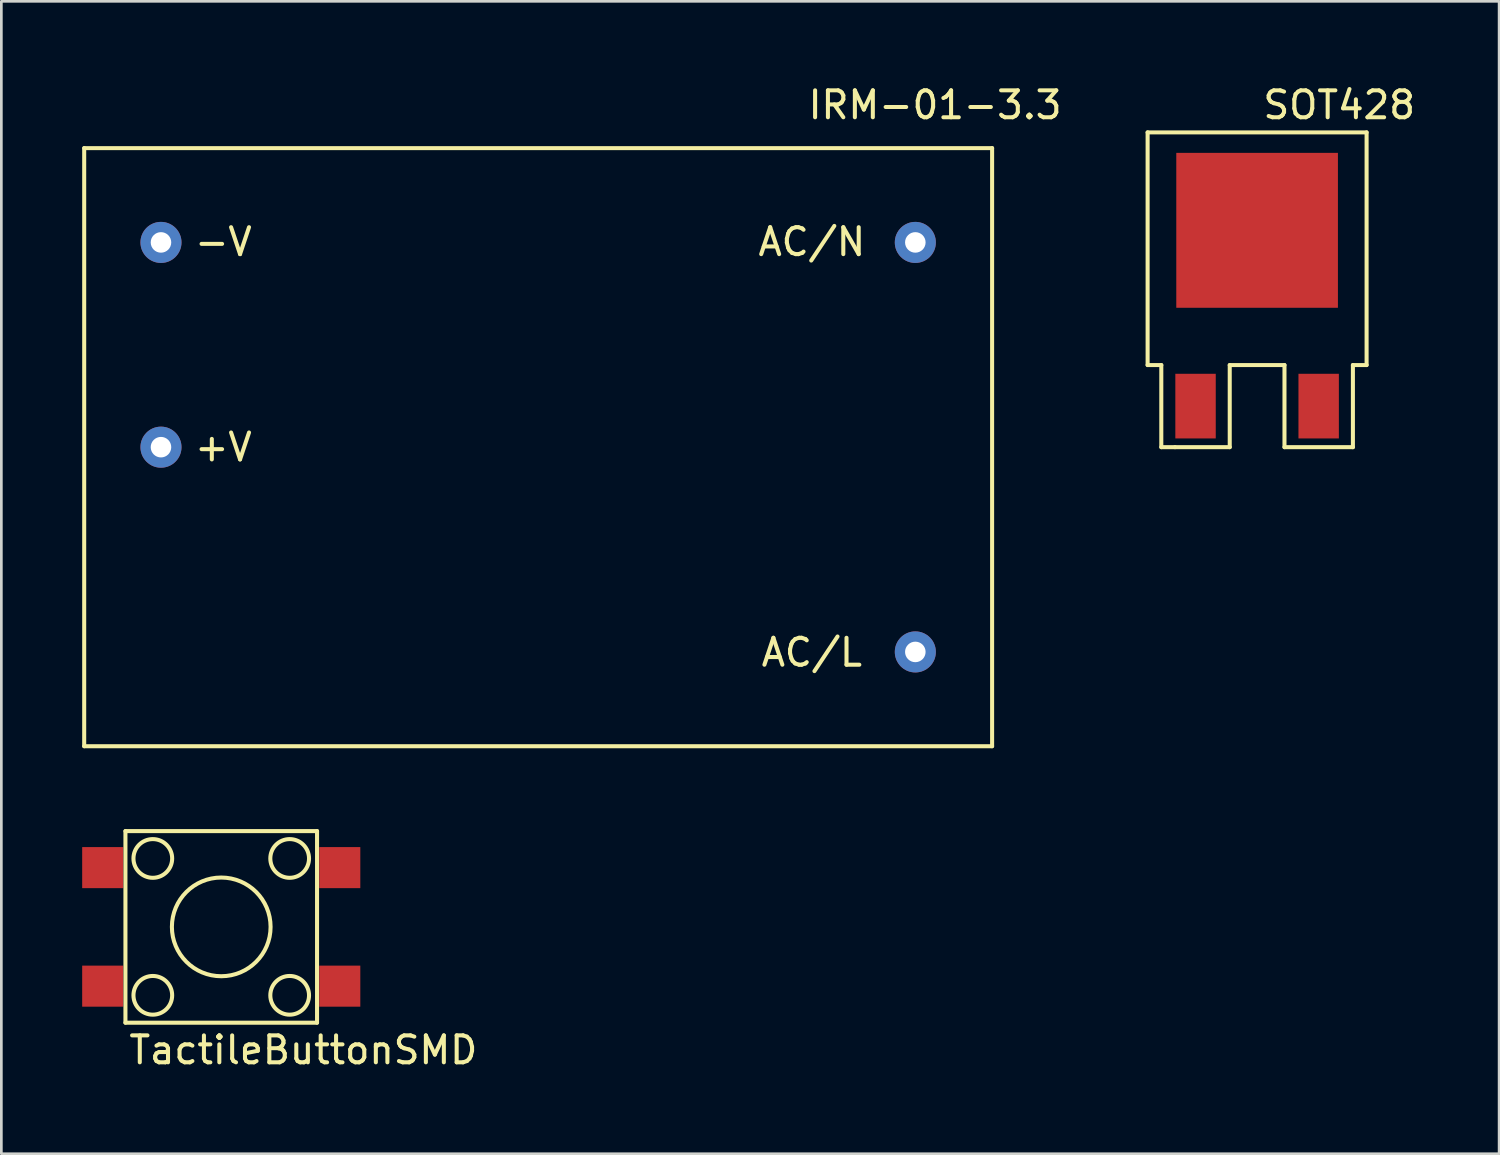
<source format=kicad_pcb>
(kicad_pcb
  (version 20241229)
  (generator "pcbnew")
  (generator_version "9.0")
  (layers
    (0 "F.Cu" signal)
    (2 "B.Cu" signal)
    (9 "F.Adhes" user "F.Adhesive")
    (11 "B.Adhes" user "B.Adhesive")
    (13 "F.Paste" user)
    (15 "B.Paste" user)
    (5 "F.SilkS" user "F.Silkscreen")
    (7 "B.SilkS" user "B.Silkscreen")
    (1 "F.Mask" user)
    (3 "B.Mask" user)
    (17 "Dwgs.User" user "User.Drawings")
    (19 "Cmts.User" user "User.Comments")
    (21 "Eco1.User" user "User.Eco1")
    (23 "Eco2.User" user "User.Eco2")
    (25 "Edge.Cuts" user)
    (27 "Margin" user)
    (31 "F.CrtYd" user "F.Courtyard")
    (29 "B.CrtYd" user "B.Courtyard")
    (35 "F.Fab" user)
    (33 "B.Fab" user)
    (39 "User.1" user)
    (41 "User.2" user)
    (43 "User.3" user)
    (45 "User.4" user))
  (footprint "SOT428"
    (layer "F.Cu")
    (at 43.611 12.024)
    (property "Reference" "SOT428" (at 3.048 -11.176 0) (layer "F.SilkS") (effects (font (size 1 1) (thickness 0.15))))
    (attr through_hole)
    (fp_line (start -4.064 -10.16) (end -4.064 -1.524) (stroke (width 0.15) (type solid)) (layer "F.SilkS"))
    (fp_line (start -4.064 -1.524) (end -3.556 -1.524) (stroke (width 0.15) (type solid)) (layer "F.SilkS"))
    (fp_line (start -3.556 -1.524) (end -3.556 1.524) (stroke (width 0.15) (type solid)) (layer "F.SilkS"))
    (fp_line (start -3.556 1.524) (end -3.048 1.524) (stroke (width 0.15) (type solid)) (layer "F.SilkS"))
    (fp_line (start -3.048 1.524) (end -1.016 1.524) (stroke (width 0.15) (type solid)) (layer "F.SilkS"))
    (fp_line (start -1.016 -1.524) (end 1.016 -1.524) (stroke (width 0.15) (type solid)) (layer "F.SilkS"))
    (fp_line (start -1.016 1.524) (end -1.016 -1.524) (stroke (width 0.15) (type solid)) (layer "F.SilkS"))
    (fp_line (start 1.016 -1.524) (end 1.016 1.524) (stroke (width 0.15) (type solid)) (layer "F.SilkS"))
    (fp_line (start 1.016 1.524) (end 3.556 1.524) (stroke (width 0.15) (type solid)) (layer "F.SilkS"))
    (fp_line (start 3.556 -1.524) (end 4.064 -1.524) (stroke (width 0.15) (type solid)) (layer "F.SilkS"))
    (fp_line (start 3.556 1.524) (end 3.556 -1.524) (stroke (width 0.15) (type solid)) (layer "F.SilkS"))
    (fp_line (start 4.064 -10.16) (end -4.064 -10.16) (stroke (width 0.15) (type solid)) (layer "F.SilkS"))
    (fp_line (start 4.064 -1.524) (end 4.064 -10.16) (stroke (width 0.15) (type solid)) (layer "F.SilkS"))
    (pad "1" smd rect (at -2.285 0) (size 1.5 2.4) (layers "F.Cu" "F.Mask" "F.Paste"))
    (pad "2" smd rect (at 0 -6.525) (size 6 5.75) (layers "F.Cu" "F.Mask" "F.Paste"))
    (pad "3" smd rect (at 2.285 0) (size 1.5 2.4) (layers "F.Cu" "F.Mask" "F.Paste")))
  (footprint "TactileButtonSMD"
    (layer "F.Cu")
    (at 5.162 31.354)
    (property "Reference" "TactileButtonSMD" (at 3.048 4.572 0) (layer "F.SilkS") (effects (font (size 1 1) (thickness 0.15))))
    (attr through_hole)
    (fp_line (start -3.556 -3.556) (end 3.556 -3.556) (stroke (width 0.15) (type solid)) (layer "F.SilkS"))
    (fp_line (start -3.556 3.556) (end -3.556 -3.556) (stroke (width 0.15) (type solid)) (layer "F.SilkS"))
    (fp_line (start 3.556 -3.556) (end 3.556 3.556) (stroke (width 0.15) (type solid)) (layer "F.SilkS"))
    (fp_line (start 3.556 3.556) (end -3.556 3.556) (stroke (width 0.15) (type solid)) (layer "F.SilkS"))
    (fp_circle (center -2.54 -2.54) (end -2.032 -2.032) (stroke (width 0.15) (type solid)) (fill no) (layer "F.SilkS"))
    (fp_circle (center -2.54 2.54) (end -2.032 2.032) (stroke (width 0.15) (type solid)) (fill no) (layer "F.SilkS"))
    (fp_circle (center 0 0) (end 1.524 -1.016) (stroke (width 0.15) (type solid)) (fill no) (layer "F.SilkS"))
    (fp_circle (center 2.54 -2.54) (end 3.048 -3.048) (stroke (width 0.15) (type solid)) (fill no) (layer "F.SilkS"))
    (fp_circle (center 2.54 2.54) (end 2.032 2.032) (stroke (width 0.15) (type solid)) (fill no) (layer "F.SilkS"))
    (pad "1" smd rect (at -4.4 2.2) (size 1.524 1.524) (layers "F.Cu" "F.Mask" "F.Paste"))
    (pad "2" smd rect (at 4.4 2.2) (size 1.524 1.524) (layers "F.Cu" "F.Mask" "F.Paste"))
    (pad "3" smd rect (at -4.4 -2.2) (size 1.524 1.524) (layers "F.Cu" "F.Mask" "F.Paste"))
    (pad "4" smd rect (at 4.4 -2.2) (size 1.524 1.524) (layers "F.Cu" "F.Mask" "F.Paste")))
  (footprint "IRM-01-3.3"
    (layer "F.Cu")
    (at 16.925 13.548)
    (property "Reference" "IRM-01-3.3" (at 14.732 -12.7 0) (layer "F.SilkS") (effects (font (size 1 1) (thickness 0.15))))
    (attr through_hole)
    (fp_line (start -16.85 11.1) (end -16.85 -11.1) (stroke (width 0.15) (type solid)) (layer "F.SilkS"))
    (fp_line (start 16.85 -11.1) (end -16.85 -11.1) (stroke (width 0.15) (type solid)) (layer "F.SilkS"))
    (fp_line (start 16.85 -11.1) (end 16.85 11.1) (stroke (width 0.15) (type solid)) (layer "F.SilkS"))
    (fp_line (start 16.85 11.1) (end -16.85 11.1) (stroke (width 0.15) (type solid)) (layer "F.SilkS"))
    (fp_text user "AC/L" (at 10.16 7.62 0) (layer "F.SilkS") (effects (font (size 1 1) (thickness 0.15))))
    (fp_text user "-V" (at -11.684 -7.62 0) (layer "F.SilkS") (effects (font (size 1 1) (thickness 0.15))))
    (fp_text user "AC/N" (at 10.16 -7.62 0) (layer "F.SilkS") (effects (font (size 1 1) (thickness 0.15))))
    (fp_text user "+V" (at -11.684 0 0) (layer "F.SilkS") (effects (font (size 1 1) (thickness 0.15))))
    (pad "1" thru_hole circle (at 14 7.6) (size 1.524 1.524) (drill 0.762) (layers "*.Cu" "*.Mask"))
    (pad "2" thru_hole circle (at 14 -7.6) (size 1.524 1.524) (drill 0.762) (layers "*.Cu" "*.Mask"))
    (pad "3" thru_hole circle (at -14 0) (size 1.524 1.524) (drill 0.762) (layers "*.Cu" "*.Mask"))
    (pad "4" thru_hole circle (at -14 -7.6) (size 1.524 1.524) (drill 0.762) (layers "*.Cu" "*.Mask")))
  (gr_rect
    (start -3 -3)
    (end 52.594 39.775)
    (stroke (width 0.1) (type default))
    (fill no)
    (layer "Edge.Cuts")))
</source>
